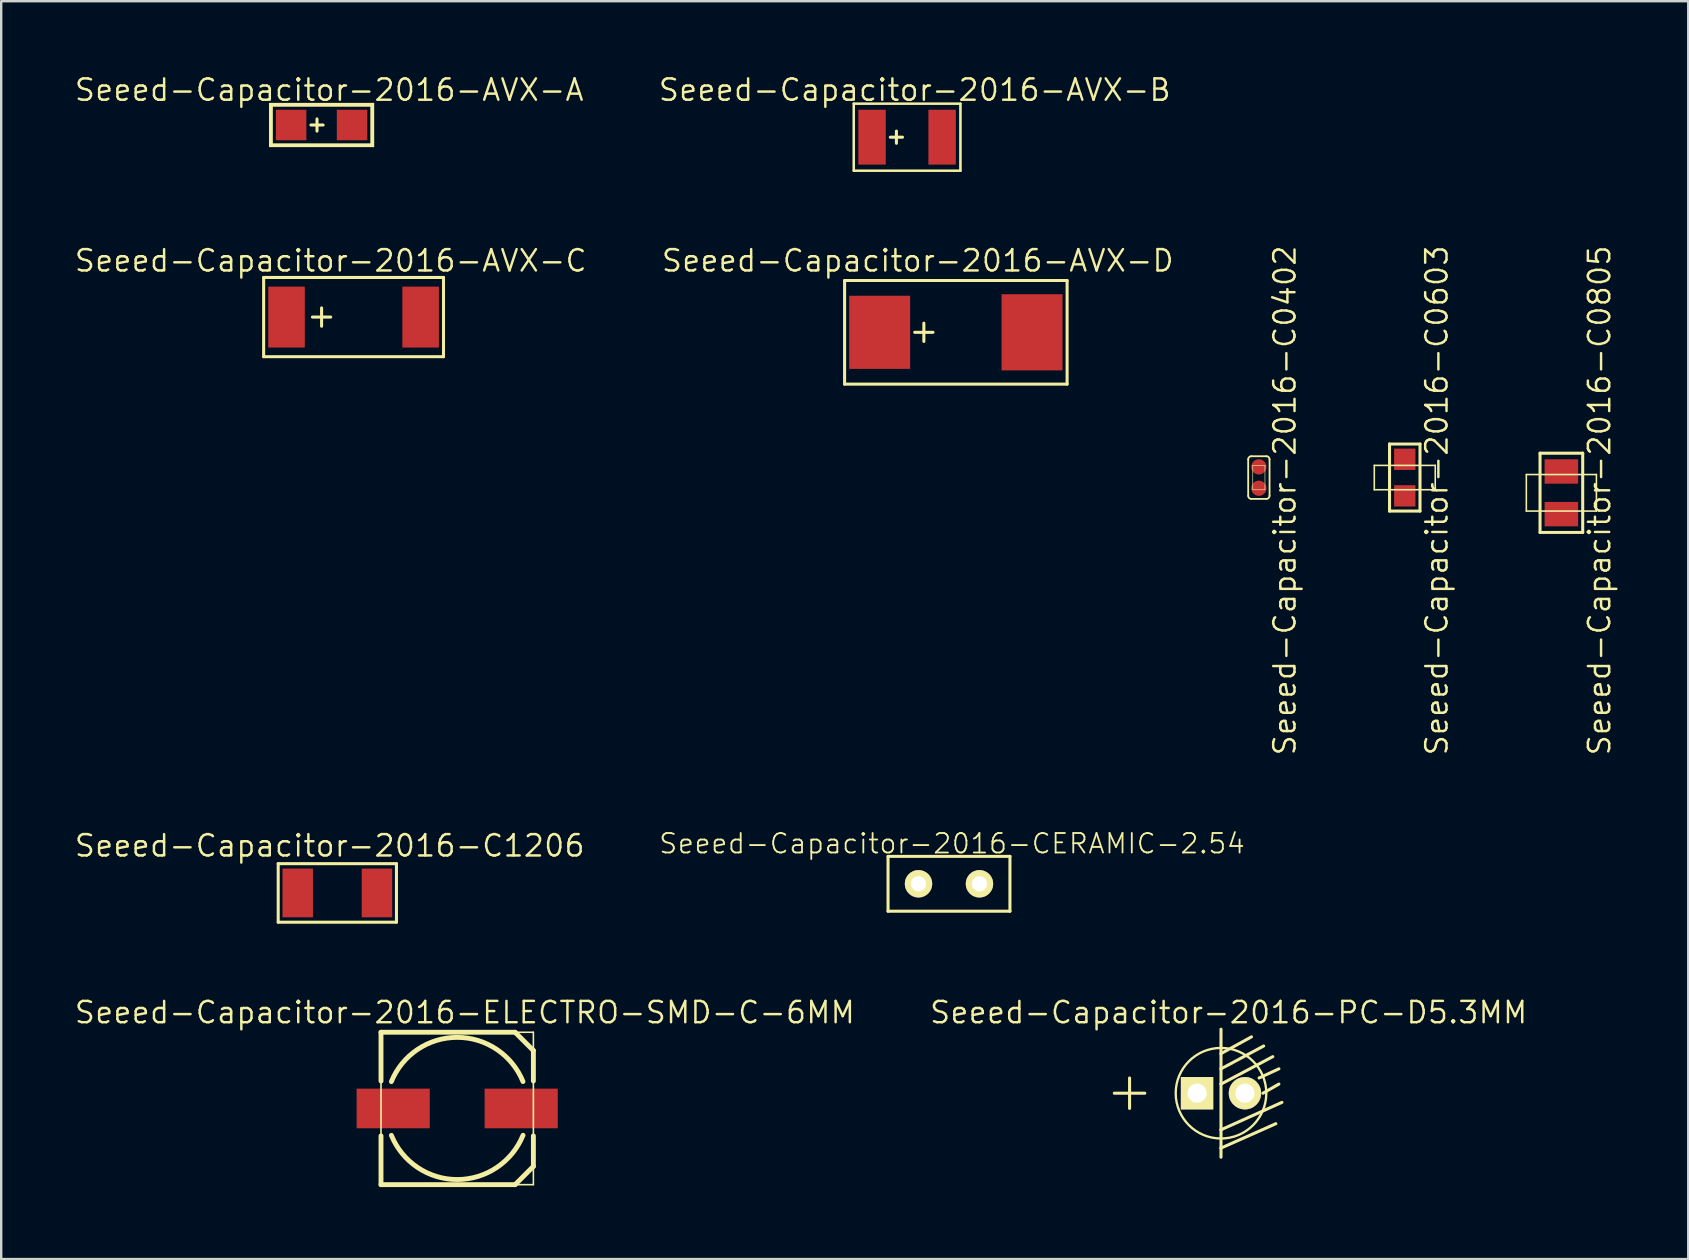
<source format=kicad_pcb>
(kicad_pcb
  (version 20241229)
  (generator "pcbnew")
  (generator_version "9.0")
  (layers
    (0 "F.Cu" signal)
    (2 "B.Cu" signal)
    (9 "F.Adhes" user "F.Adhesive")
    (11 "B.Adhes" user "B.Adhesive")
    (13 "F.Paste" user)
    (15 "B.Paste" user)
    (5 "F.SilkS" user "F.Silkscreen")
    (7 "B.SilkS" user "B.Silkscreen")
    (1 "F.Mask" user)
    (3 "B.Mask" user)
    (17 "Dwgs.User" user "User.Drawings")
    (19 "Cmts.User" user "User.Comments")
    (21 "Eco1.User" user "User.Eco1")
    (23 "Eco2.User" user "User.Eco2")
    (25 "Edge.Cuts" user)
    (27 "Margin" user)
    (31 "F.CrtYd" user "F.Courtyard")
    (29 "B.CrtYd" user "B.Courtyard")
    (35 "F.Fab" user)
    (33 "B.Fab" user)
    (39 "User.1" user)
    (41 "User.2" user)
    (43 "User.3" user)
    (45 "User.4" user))
  (footprint "Seeed-Capacitor-2016-C0805"
    (layer "F.Cu")
    (at 62.015 17.486)
    (property "Reference" "Seeed-Capacitor-2016-C0805" (at 1.587 0.318 270) (layer "F.SilkS") (effects (font (size 0.889 0.889) (thickness 0.102))))
    (attr smd)
    (fp_line (start -1.46 -0.762) (end 1.46 -0.762) (stroke (width 0.066) (type solid)) (layer "F.SilkS"))
    (fp_line (start -1.46 0.762) (end -1.46 -0.762) (stroke (width 0.066) (type solid)) (layer "F.SilkS"))
    (fp_line (start -1.46 0.762) (end 1.46 0.762) (stroke (width 0.066) (type solid)) (layer "F.SilkS"))
    (fp_line (start -0.889 -1.651) (end 0.889 -1.651) (stroke (width 0.127) (type solid)) (layer "F.SilkS"))
    (fp_line (start -0.889 1.651) (end -0.889 -1.651) (stroke (width 0.127) (type solid)) (layer "F.SilkS"))
    (fp_line (start 0.889 -1.651) (end 0.889 1.651) (stroke (width 0.127) (type solid)) (layer "F.SilkS"))
    (fp_line (start 0.889 1.651) (end -0.889 1.651) (stroke (width 0.127) (type solid)) (layer "F.SilkS"))
    (fp_line (start 1.46 0.762) (end 1.46 -0.762) (stroke (width 0.066) (type solid)) (layer "F.SilkS"))
    (pad "1" smd rect (at 0 -0.889 270) (size 1.016 1.397) (layers "F.Cu" "F.Mask" "F.Paste"))
    (pad "2" smd rect (at 0 0.889 270) (size 1.016 1.397) (layers "F.Cu" "F.Mask" "F.Paste")))
  (footprint "Seeed-Capacitor-2016-AVX-D"
    (layer "F.Cu")
    (at 36.782 10.798)
    (property "Reference" "Seeed-Capacitor-2016-AVX-D" (at -1.587 -2.985 0) (layer "F.SilkS") (effects (font (size 0.889 0.889) (thickness 0.102))))
    (attr smd)
    (fp_line (start -4.636 -2.159) (end 4.636 -2.159) (stroke (width 0.066) (type solid)) (layer "F.SilkS"))
    (fp_line (start -4.636 -2.159) (end 4.636 -2.159) (stroke (width 0.127) (type solid)) (layer "F.SilkS"))
    (fp_line (start -4.636 2.159) (end -4.636 -2.159) (stroke (width 0.066) (type solid)) (layer "F.SilkS"))
    (fp_line (start -4.636 2.159) (end -4.636 -2.159) (stroke (width 0.127) (type solid)) (layer "F.SilkS"))
    (fp_line (start -4.636 2.159) (end 4.636 2.159) (stroke (width 0.066) (type solid)) (layer "F.SilkS"))
    (fp_line (start -1.714 0) (end -0.953 0) (stroke (width 0.127) (type solid)) (layer "F.SilkS"))
    (fp_line (start -1.333 0.381) (end -1.333 -0.381) (stroke (width 0.127) (type solid)) (layer "F.SilkS"))
    (fp_line (start 4.636 -2.159) (end 4.636 2.159) (stroke (width 0.127) (type solid)) (layer "F.SilkS"))
    (fp_line (start 4.636 2.159) (end -4.636 2.159) (stroke (width 0.127) (type solid)) (layer "F.SilkS"))
    (fp_line (start 4.636 2.159) (end 4.636 -2.159) (stroke (width 0.066) (type solid)) (layer "F.SilkS"))
    (pad "+" smd rect (at -3.175 0) (size 2.54 3.048) (layers "F.Cu" "F.Mask" "F.Paste"))
    (pad "-" smd rect (at 3.175 0 180) (size 2.54 3.175) (layers "F.Cu" "F.Mask" "F.Paste")))
  (footprint "Seeed-Capacitor-2016-CERAMIC-2.54"
    (layer "F.Cu")
    (at 36.496 33.779)
    (property "Reference" "Seeed-Capacitor-2016-CERAMIC-2.54" (at 0.127 -1.676 0) (layer "F.SilkS") (effects (font (size 0.813 0.813) (thickness 0.076))))
    (attr exclude_from_pos_files exclude_from_bom)
    (fp_line (start -2.54 -1.143) (end 2.54 -1.143) (stroke (width 0.066) (type solid)) (layer "F.SilkS"))
    (fp_line (start -2.54 -1.143) (end 2.54 -1.143) (stroke (width 0.127) (type solid)) (layer "F.SilkS"))
    (fp_line (start -2.54 1.143) (end -2.54 -1.143) (stroke (width 0.066) (type solid)) (layer "F.SilkS"))
    (fp_line (start -2.54 1.143) (end -2.54 -1.143) (stroke (width 0.127) (type solid)) (layer "F.SilkS"))
    (fp_line (start -2.54 1.143) (end 2.54 1.143) (stroke (width 0.066) (type solid)) (layer "F.SilkS"))
    (fp_line (start 2.54 -1.143) (end 2.54 1.143) (stroke (width 0.127) (type solid)) (layer "F.SilkS"))
    (fp_line (start 2.54 1.143) (end -2.54 1.143) (stroke (width 0.127) (type solid)) (layer "F.SilkS"))
    (fp_line (start 2.54 1.143) (end 2.54 -1.143) (stroke (width 0.066) (type solid)) (layer "F.SilkS"))
    (pad "1" thru_hole circle (at -1.27 0) (size 1.143 1.143) (drill 0.635) (layers "*.Cu" "F.Mask" "F.SilkS" "F.Paste"))
    (pad "2" thru_hole circle (at 1.27 0) (size 1.143 1.143) (drill 0.635) (layers "*.Cu" "F.Mask" "F.SilkS" "F.Paste")))
  (footprint "Seeed-Capacitor-2016-C0402"
    (layer "F.Cu")
    (at 49.409 16.851)
    (property "Reference" "Seeed-Capacitor-2016-C0402" (at 1.079 0.953 270) (layer "F.SilkS") (effects (font (size 0.889 0.889) (thickness 0.102))))
    (attr smd)
    (fp_line (start -0.445 0.762) (end -0.445 -0.762) (stroke (width 0.076) (type solid)) (layer "F.SilkS"))
    (fp_line (start -0.318 -0.889) (end 0.318 -0.889) (stroke (width 0.076) (type solid)) (layer "F.SilkS"))
    (fp_line (start -0.254 -0.508) (end 0.254 -0.508) (stroke (width 0.025) (type solid)) (layer "F.SilkS"))
    (fp_line (start -0.254 0.508) (end -0.254 -0.508) (stroke (width 0.025) (type solid)) (layer "F.SilkS"))
    (fp_line (start 0.254 -0.508) (end 0.254 0.508) (stroke (width 0.025) (type solid)) (layer "F.SilkS"))
    (fp_line (start 0.254 0.508) (end -0.254 0.508) (stroke (width 0.025) (type solid)) (layer "F.SilkS"))
    (fp_line (start 0.318 0.889) (end -0.318 0.889) (stroke (width 0.076) (type solid)) (layer "F.SilkS"))
    (fp_line (start 0.445 -0.762) (end 0.445 0.762) (stroke (width 0.076) (type solid)) (layer "F.SilkS"))
    (fp_arc (start -0.4445 -0.762) (mid -0.407303 -0.851803) (end -0.3175 -0.889) (stroke (width 0.0762) (type solid)) (layer "F.SilkS"))
    (fp_arc (start -0.3175 0.889) (mid -0.407303 0.851803) (end -0.4445 0.762) (stroke (width 0.0762) (type solid)) (layer "F.SilkS"))
    (fp_arc (start 0.3175 -0.889) (mid 0.407303 -0.851803) (end 0.4445 -0.762) (stroke (width 0.0762) (type solid)) (layer "F.SilkS"))
    (fp_arc (start 0.4445 0.762) (mid 0.407303 0.851803) (end 0.3175 0.889) (stroke (width 0.0762) (type solid)) (layer "F.SilkS"))
    (pad "1" smd circle (at 0 -0.445 270) (size 0.635 0.635) (layers "F.Cu" "F.Mask" "F.Paste"))
    (pad "2" smd circle (at 0 0.445 270) (size 0.635 0.635) (layers "F.Cu" "F.Mask" "F.Paste")))
  (footprint "Seeed-Capacitor-2016-AVX-B"
    (layer "F.Cu")
    (at 34.75 2.667)
    (property "Reference" "Seeed-Capacitor-2016-AVX-B" (at 0.318 -1.968 0) (layer "F.SilkS") (effects (font (size 0.889 0.889) (thickness 0.102))))
    (attr smd)
    (fp_line (start -2.223 -1.397) (end 2.223 -1.397) (stroke (width 0.066) (type solid)) (layer "F.SilkS"))
    (fp_line (start -2.223 -1.397) (end 2.223 -1.397) (stroke (width 0.102) (type solid)) (layer "F.SilkS"))
    (fp_line (start -2.223 1.397) (end -2.223 -1.397) (stroke (width 0.066) (type solid)) (layer "F.SilkS"))
    (fp_line (start -2.223 1.397) (end -2.223 -1.397) (stroke (width 0.102) (type solid)) (layer "F.SilkS"))
    (fp_line (start -2.223 1.397) (end 2.223 1.397) (stroke (width 0.066) (type solid)) (layer "F.SilkS"))
    (fp_line (start -0.699 0) (end -0.191 0) (stroke (width 0.127) (type solid)) (layer "F.SilkS"))
    (fp_line (start -0.445 0.254) (end -0.445 -0.254) (stroke (width 0.127) (type solid)) (layer "F.SilkS"))
    (fp_line (start 2.223 -1.397) (end 2.223 1.397) (stroke (width 0.102) (type solid)) (layer "F.SilkS"))
    (fp_line (start 2.223 1.397) (end -2.223 1.397) (stroke (width 0.102) (type solid)) (layer "F.SilkS"))
    (fp_line (start 2.223 1.397) (end 2.223 -1.397) (stroke (width 0.066) (type solid)) (layer "F.SilkS"))
    (pad "+" smd rect (at -1.46 0) (size 1.143 2.286) (layers "F.Cu" "F.Mask" "F.Paste"))
    (pad "-" smd rect (at 1.46 0 180) (size 1.143 2.286) (layers "F.Cu" "F.Mask" "F.Paste")))
  (footprint "Seeed-Capacitor-2016-PC-D5.3MM"
    (layer "F.Cu")
    (at 47.831 42.506)
    (property "Reference" "Seeed-Capacitor-2016-PC-D5.3MM" (at 0.318 -3.365 0) (layer "F.SilkS") (effects (font (size 0.889 0.889) (thickness 0.102))))
    (attr exclude_from_pos_files exclude_from_bom)
    (fp_line (start -4.445 0) (end -3.81 0) (stroke (width 0.127) (type solid)) (layer "F.SilkS"))
    (fp_line (start -3.81 0) (end -3.81 -0.635) (stroke (width 0.127) (type solid)) (layer "F.SilkS"))
    (fp_line (start -3.81 0) (end -3.81 0.635) (stroke (width 0.127) (type solid)) (layer "F.SilkS"))
    (fp_line (start -3.175 0) (end -3.81 0) (stroke (width 0.127) (type solid)) (layer "F.SilkS"))
    (fp_line (start 0 -2.667) (end 0 -1.651) (stroke (width 0.127) (type solid)) (layer "F.SilkS"))
    (fp_line (start 0 -1.651) (end 0 -1.016) (stroke (width 0.127) (type solid)) (layer "F.SilkS"))
    (fp_line (start 0 -1.651) (end 1.27 -2.349) (stroke (width 0.127) (type solid)) (layer "F.SilkS"))
    (fp_line (start 0 -1.016) (end 0 -0.381) (stroke (width 0.127) (type solid)) (layer "F.SilkS"))
    (fp_line (start 0 -1.016) (end 1.778 -1.968) (stroke (width 0.127) (type solid)) (layer "F.SilkS"))
    (fp_line (start 0 -0.381) (end 0 1.524) (stroke (width 0.127) (type solid)) (layer "F.SilkS"))
    (fp_line (start 0 -0.381) (end 2.159 -1.524) (stroke (width 0.127) (type solid)) (layer "F.SilkS"))
    (fp_line (start 0 1.524) (end 0 2.286) (stroke (width 0.127) (type solid)) (layer "F.SilkS"))
    (fp_line (start 0 1.524) (end 2.54 0.381) (stroke (width 0.127) (type solid)) (layer "F.SilkS"))
    (fp_line (start 0 2.286) (end 0 2.667) (stroke (width 0.127) (type solid)) (layer "F.SilkS"))
    (fp_line (start 0 2.286) (end 2.286 1.27) (stroke (width 0.127) (type solid)) (layer "F.SilkS"))
    (fp_line (start 1.587 -0.635) (end 2.413 -1.016) (stroke (width 0.127) (type solid)) (layer "F.SilkS"))
    (fp_line (start 1.748 0) (end 2.413 -0.381) (stroke (width 0.127) (type solid)) (layer "F.SilkS"))
    (fp_circle (center 0 0) (end -1.346 1.346) (stroke (width 0.064) (type solid)) (fill no) (layer "F.SilkS"))
    (fp_circle (center 0 0) (end -1.323 1.323) (stroke (width 0.064) (type solid)) (fill no) (layer "F.SilkS"))
    (pad "+" thru_hole rect (at -0.998 0) (size 1.349 1.349) (drill 0.798) (layers "*.Cu" "F.Mask" "F.SilkS" "F.Paste"))
    (pad "-" thru_hole circle (at 0.998 0) (size 1.349 1.349) (drill 0.798) (layers "*.Cu" "F.Mask" "F.SilkS" "F.Paste")))
  (footprint "Seeed-Capacitor-2016-AVX-C"
    (layer "F.Cu")
    (at 11.684 10.163)
    (property "Reference" "Seeed-Capacitor-2016-AVX-C" (at -0.953 -2.349 0) (layer "F.SilkS") (effects (font (size 0.889 0.889) (thickness 0.102))))
    (attr smd)
    (fp_line (start -3.747 -1.651) (end 3.747 -1.651) (stroke (width 0.066) (type solid)) (layer "F.SilkS"))
    (fp_line (start -3.747 -1.651) (end 3.747 -1.651) (stroke (width 0.127) (type solid)) (layer "F.SilkS"))
    (fp_line (start -3.747 1.651) (end -3.747 -1.651) (stroke (width 0.066) (type solid)) (layer "F.SilkS"))
    (fp_line (start -3.747 1.651) (end -3.747 -1.651) (stroke (width 0.127) (type solid)) (layer "F.SilkS"))
    (fp_line (start -3.747 1.651) (end 3.747 1.651) (stroke (width 0.066) (type solid)) (layer "F.SilkS"))
    (fp_line (start -1.714 0) (end -0.953 0) (stroke (width 0.127) (type solid)) (layer "F.SilkS"))
    (fp_line (start -1.333 0.381) (end -1.333 -0.381) (stroke (width 0.127) (type solid)) (layer "F.SilkS"))
    (fp_line (start 3.747 -1.651) (end 3.747 1.651) (stroke (width 0.127) (type solid)) (layer "F.SilkS"))
    (fp_line (start 3.747 1.651) (end -3.747 1.651) (stroke (width 0.127) (type solid)) (layer "F.SilkS"))
    (fp_line (start 3.747 1.651) (end 3.747 -1.651) (stroke (width 0.066) (type solid)) (layer "F.SilkS"))
    (pad "+" smd rect (at -2.794 0 90) (size 2.54 1.524) (layers "F.Cu" "F.Mask" "F.Paste"))
    (pad "-" smd rect (at 2.794 0 90) (size 2.54 1.524) (layers "F.Cu" "F.Mask" "F.Paste")))
  (footprint "Seeed-Capacitor-2016-C1206"
    (layer "F.Cu")
    (at 11.007 34.16)
    (property "Reference" "Seeed-Capacitor-2016-C1206" (at -0.318 -1.968 0) (layer "F.SilkS") (effects (font (size 0.889 0.889) (thickness 0.102))))
    (attr smd)
    (fp_line (start -2.464 -1.219) (end 2.464 -1.219) (stroke (width 0.127) (type solid)) (layer "F.SilkS"))
    (fp_line (start -2.464 1.219) (end -2.464 -1.219) (stroke (width 0.127) (type solid)) (layer "F.SilkS"))
    (fp_line (start 2.464 -1.219) (end 2.464 1.219) (stroke (width 0.127) (type solid)) (layer "F.SilkS"))
    (fp_line (start 2.464 1.219) (end -2.464 1.219) (stroke (width 0.127) (type solid)) (layer "F.SilkS"))
    (pad "1" smd rect (at -1.651 0) (size 1.27 2.032) (layers "F.Cu" "F.Mask" "F.Paste"))
    (pad "2" smd rect (at 1.651 0) (size 1.27 2.032) (layers "F.Cu" "F.Mask" "F.Paste")))
  (footprint "Seeed-Capacitor-2016-C0603"
    (layer "F.Cu")
    (at 55.489 16.851)
    (property "Reference" "Seeed-Capacitor-2016-C0603" (at 1.333 0.953 270) (layer "F.SilkS") (effects (font (size 0.889 0.889) (thickness 0.102))))
    (attr smd)
    (fp_line (start -1.27 -0.508) (end 1.27 -0.508) (stroke (width 0.066) (type solid)) (layer "F.SilkS"))
    (fp_line (start -1.27 0.508) (end -1.27 -0.508) (stroke (width 0.066) (type solid)) (layer "F.SilkS"))
    (fp_line (start -1.27 0.508) (end 1.27 0.508) (stroke (width 0.066) (type solid)) (layer "F.SilkS"))
    (fp_line (start -0.635 -1.397) (end 0.635 -1.397) (stroke (width 0.127) (type solid)) (layer "F.SilkS"))
    (fp_line (start -0.635 1.397) (end -0.635 -1.397) (stroke (width 0.127) (type solid)) (layer "F.SilkS"))
    (fp_line (start 0.635 -1.397) (end 0.635 1.397) (stroke (width 0.127) (type solid)) (layer "F.SilkS"))
    (fp_line (start 0.635 1.397) (end -0.635 1.397) (stroke (width 0.127) (type solid)) (layer "F.SilkS"))
    (fp_line (start 1.27 0.508) (end 1.27 -0.508) (stroke (width 0.066) (type solid)) (layer "F.SilkS"))
    (pad "1" smd rect (at 0 -0.762 270) (size 0.889 0.889) (layers "F.Cu" "F.Mask" "F.Paste"))
    (pad "2" smd rect (at 0 0.762 270) (size 0.889 0.889) (layers "F.Cu" "F.Mask" "F.Paste")))
  (footprint "Seeed-Capacitor-2016-AVX-A"
    (layer "F.Cu")
    (at 10.351 2.159)
    (property "Reference" "Seeed-Capacitor-2016-AVX-A" (at 0.318 -1.46 0) (layer "F.SilkS") (effects (font (size 0.889 0.889) (thickness 0.102))))
    (attr smd)
    (fp_line (start -2.159 -0.889) (end 2.159 -0.889) (stroke (width 0.066) (type solid)) (layer "F.SilkS"))
    (fp_line (start -2.159 0.889) (end -2.159 -0.889) (stroke (width 0.066) (type solid)) (layer "F.SilkS"))
    (fp_line (start -2.159 0.889) (end 2.159 0.889) (stroke (width 0.066) (type solid)) (layer "F.SilkS"))
    (fp_line (start -2.095 -0.826) (end 2.095 -0.826) (stroke (width 0.127) (type solid)) (layer "F.SilkS"))
    (fp_line (start -2.095 0.826) (end -2.095 -0.826) (stroke (width 0.127) (type solid)) (layer "F.SilkS"))
    (fp_line (start -0.445 0) (end 0.064 0) (stroke (width 0.127) (type solid)) (layer "F.SilkS"))
    (fp_line (start -0.191 0.254) (end -0.191 -0.254) (stroke (width 0.127) (type solid)) (layer "F.SilkS"))
    (fp_line (start 2.095 -0.826) (end 2.095 0.826) (stroke (width 0.127) (type solid)) (layer "F.SilkS"))
    (fp_line (start 2.095 0.826) (end -2.095 0.826) (stroke (width 0.127) (type solid)) (layer "F.SilkS"))
    (fp_line (start 2.159 0.889) (end 2.159 -0.889) (stroke (width 0.066) (type solid)) (layer "F.SilkS"))
    (pad "+" smd rect (at -1.27 0) (size 1.27 1.27) (layers "F.Cu" "F.Mask" "F.Paste"))
    (pad "-" smd rect (at 1.27 0 180) (size 1.27 1.27) (layers "F.Cu" "F.Mask" "F.Paste")))
  (footprint "Seeed-Capacitor-2016-ELECTRO-SMD-C-6MM"
    (layer "F.Cu")
    (at 16.002 43.141)
    (property "Reference" "Seeed-Capacitor-2016-ELECTRO-SMD-C-6MM" (at 0.318 -4 0) (layer "F.SilkS") (effects (font (size 0.889 0.889) (thickness 0.102))))
    (attr smd)
    (fp_line (start -3.175 -3.175) (end -3.175 -1.143) (stroke (width 0.203) (type solid)) (layer "F.SilkS"))
    (fp_line (start -3.175 -3.175) (end 2.413 -3.175) (stroke (width 0.203) (type solid)) (layer "F.SilkS"))
    (fp_line (start -3.175 -3.175) (end 3.175 -3.175) (stroke (width 0.066) (type solid)) (layer "F.SilkS"))
    (fp_line (start -3.175 3.175) (end -3.175 -3.175) (stroke (width 0.066) (type solid)) (layer "F.SilkS"))
    (fp_line (start -3.175 3.175) (end -3.175 1.143) (stroke (width 0.203) (type solid)) (layer "F.SilkS"))
    (fp_line (start -3.175 3.175) (end 3.175 3.175) (stroke (width 0.066) (type solid)) (layer "F.SilkS"))
    (fp_line (start 2.413 -3.175) (end 3.175 -2.413) (stroke (width 0.203) (type solid)) (layer "F.SilkS"))
    (fp_line (start 2.413 3.175) (end -3.175 3.175) (stroke (width 0.203) (type solid)) (layer "F.SilkS"))
    (fp_line (start 3.175 -2.413) (end 3.175 -1.143) (stroke (width 0.203) (type solid)) (layer "F.SilkS"))
    (fp_line (start 3.175 2.413) (end 2.413 3.175) (stroke (width 0.203) (type solid)) (layer "F.SilkS"))
    (fp_line (start 3.175 2.413) (end 3.175 1.143) (stroke (width 0.203) (type solid)) (layer "F.SilkS"))
    (fp_line (start 3.175 3.175) (end 3.175 -3.175) (stroke (width 0.066) (type solid)) (layer "F.SilkS"))
    (fp_arc (start -2.7432 -1.1176) (mid -0.00174 -2.962123) (end 2.741885 -1.120822) (stroke (width 0.2032) (type solid)) (layer "F.SilkS"))
    (fp_arc (start 2.7432 1.1176) (mid 0.00174 2.962123) (end -2.741885 1.120822) (stroke (width 0.2032) (type solid)) (layer "F.SilkS"))
    (pad "+" smd rect (at 2.667 0) (size 3.048 1.651) (layers "F.Cu" "F.Mask" "F.Paste"))
    (pad "-" smd rect (at -2.667 0) (size 3.048 1.651) (layers "F.Cu" "F.Mask" "F.Paste")))
  (gr_rect
    (start -3 -3)
    (end 67.301 49.418)
    (stroke (width 0.1) (type default))
    (fill no)
    (layer "Edge.Cuts")))
</source>
